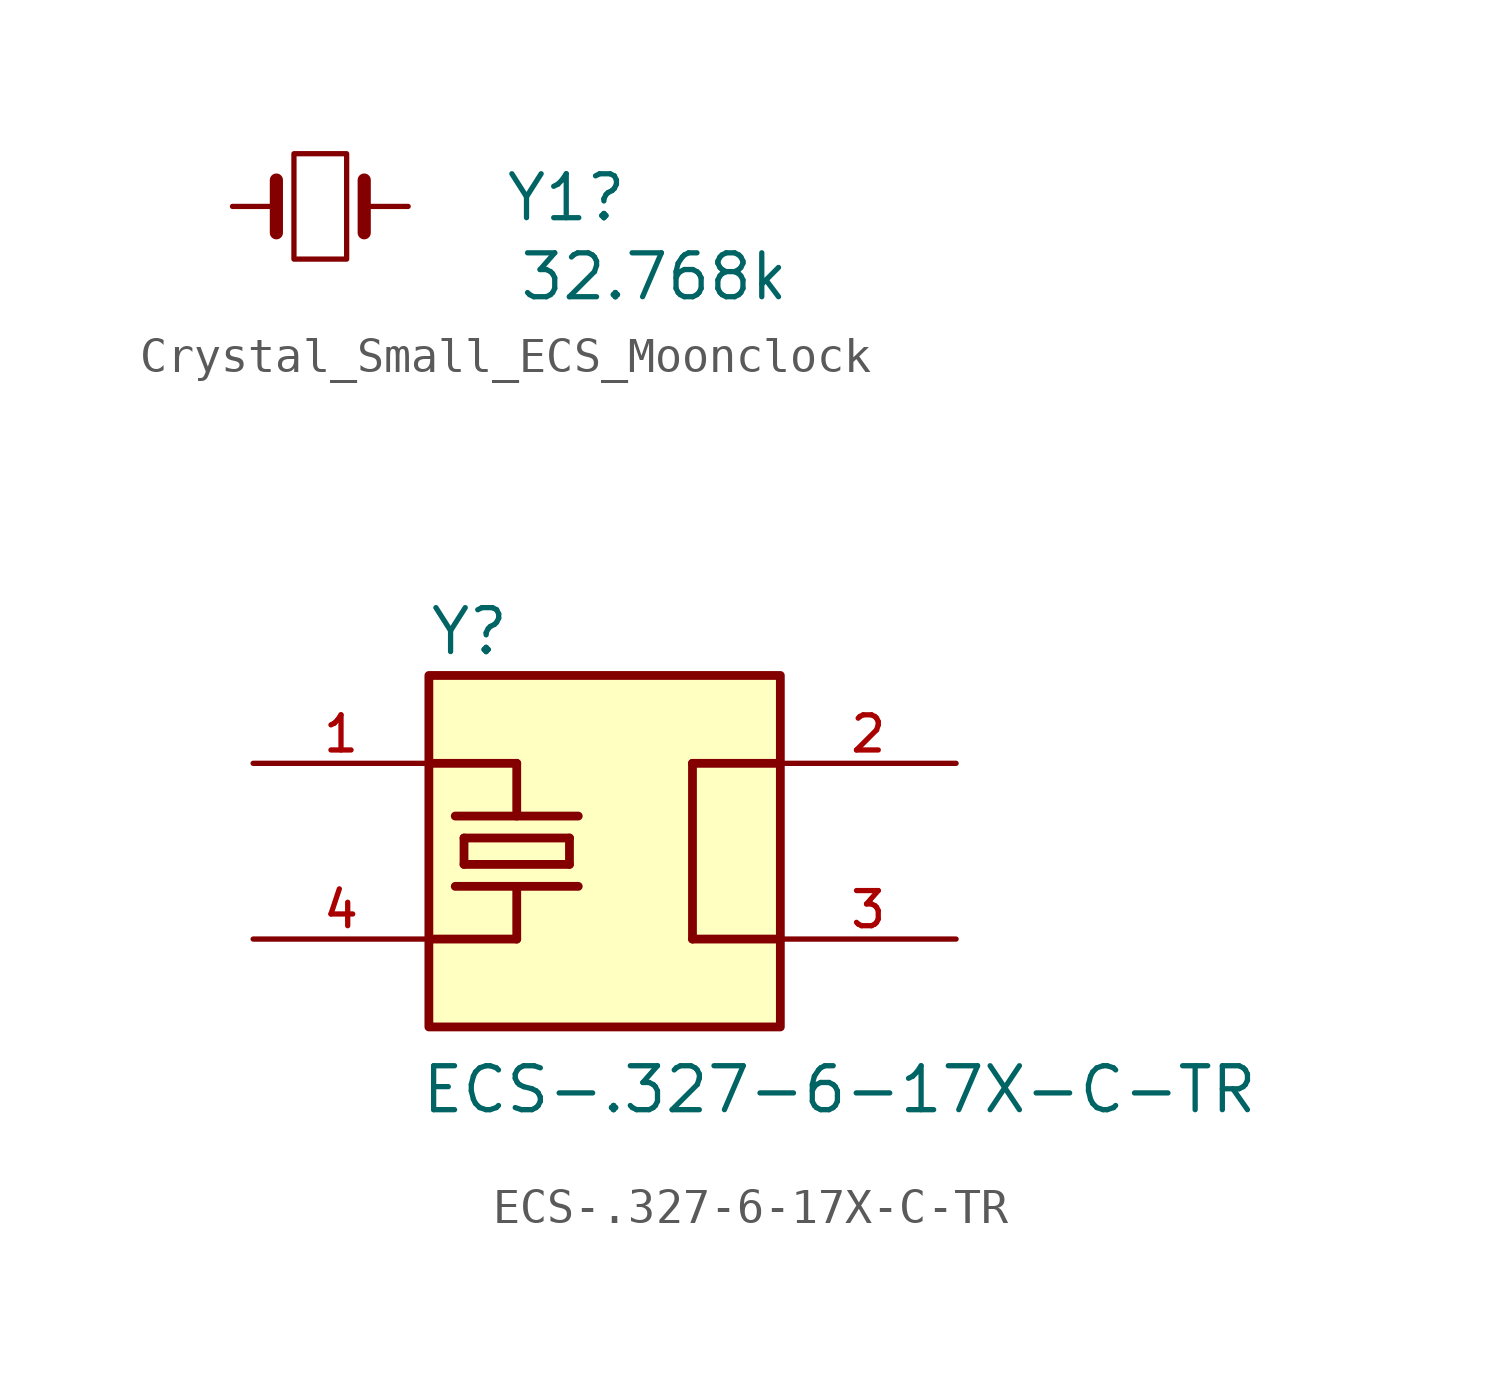
<source format=kicad_sym>
(kicad_symbol_lib
  (version 20241209)
  (generator "kicad_symbol_editor")
  (generator_version "9.0")
  (symbol "Crystal_Small_ECS_Moonclock"
    (pin_numbers
      (hide yes))
    (pin_names
      (offset 1.016)
      (hide yes))
    (property "Reference" "Y1"
      (at 7.112 0.254 0)
      (effects (font (size 1.27 1.27))))
    (property "Value" "32.768k"
      (at 9.652 -2.032 0)
      (effects (font (size 1.27 1.27))))
    (symbol "Crystal_Small_ECS_Moonclock_0_1"
      (polyline (pts (xy -1.27 -0.762) (xy -1.27 0.762)) (stroke (width 0.381) (type default)) (fill (type none)))
      (rectangle (start -0.762 -1.524) (end 0.762 1.524) (stroke (width 0) (type default)) (fill (type none)))
      (polyline (pts (xy 1.27 -0.762) (xy 1.27 0.762)) (stroke (width 0.381) (type default)) (fill (type none))))
    (symbol "Crystal_Small_ECS_Moonclock_1_1"
      (pin passive line (at -2.54 0 0) (length 1.27) (name "1" (effects (font (size 1.27 1.27)))) (number "1" (effects (font (size 1.27 1.27)))))
      (pin passive line (at 2.54 0 180) (length 1.27) (name "2" (effects (font (size 1.27 1.27)))) (number "4" (effects (font (size 1.27 1.27)))))))
  (symbol "ECS-.327-6-17X-C-TR"
    (pin_names
      (offset 1.016))
    (property "Reference" "Y"
      (at -5.097 5.607 0)
      (effects (font (size 1.27 1.27)) (justify left bottom)))
    (property "Value" "ECS-.327-6-17X-C-TR"
      (at -5.345 -7.635 0)
      (effects (font (size 1.27 1.27)) (justify left bottom)))
    (symbol "ECS-.327-6-17X-C-TR_0_0"
      (polyline (pts (xy -5.08 2.54) (xy -2.54 2.54)) (stroke (width 0.254) (type default)) (fill (type none)))
      (rectangle (start -5.08 -5.08) (end 5.08 5.08) (stroke (width 0.254) (type default)) (fill (type background)))
      (polyline (pts (xy -4.064 0.381) (xy -4.064 -0.381)) (stroke (width 0.254) (type default)) (fill (type none)))
      (polyline (pts (xy -4.064 -0.381) (xy -1.016 -0.381)) (stroke (width 0.254) (type default)) (fill (type none)))
      (polyline (pts (xy -2.54 2.54) (xy -2.54 1.016)) (stroke (width 0.254) (type default)) (fill (type none)))
      (polyline (pts (xy -2.54 -1.016) (xy -2.54 -2.54)) (stroke (width 0.254) (type default)) (fill (type none)))
      (polyline (pts (xy -2.54 -2.54) (xy -5.08 -2.54)) (stroke (width 0.254) (type default)) (fill (type none)))
      (polyline (pts (xy -1.016 0.381) (xy -4.064 0.381)) (stroke (width 0.254) (type default)) (fill (type none)))
      (polyline (pts (xy -1.016 -0.381) (xy -1.016 0.381)) (stroke (width 0.254) (type default)) (fill (type none)))
      (polyline (pts (xy -0.762 1.016) (xy -4.318 1.016)) (stroke (width 0.254) (type default)) (fill (type none)))
      (polyline (pts (xy -0.762 -1.016) (xy -4.318 -1.016)) (stroke (width 0.254) (type default)) (fill (type none)))
      (polyline (pts (xy 2.54 2.54) (xy 2.54 -2.54)) (stroke (width 0.254) (type default)) (fill (type none)))
      (polyline (pts (xy 2.54 2.54) (xy 5.08 2.54)) (stroke (width 0.254) (type default)) (fill (type none)))
      (polyline (pts (xy 2.54 -2.54) (xy 5.08 -2.54)) (stroke (width 0.254) (type default)) (fill (type none)))
      (pin passive line (at -10.16 2.54 0) (length 5.08) (name "~" (effects (font (size 1.016 1.016)))) (number "1" (effects (font (size 1.016 1.016)))))
      (pin passive line (at -10.16 -2.54 0) (length 5.08) (name "~" (effects (font (size 1.016 1.016)))) (number "4" (effects (font (size 1.016 1.016)))))
      (pin passive line (at 10.16 2.54 180) (length 5.08) (name "~" (effects (font (size 1.016 1.016)))) (number "2" (effects (font (size 1.016 1.016)))))
      (pin passive line (at 10.16 -2.54 180) (length 5.08) (name "~" (effects (font (size 1.016 1.016)))) (number "3" (effects (font (size 1.016 1.016))))))))
</source>
